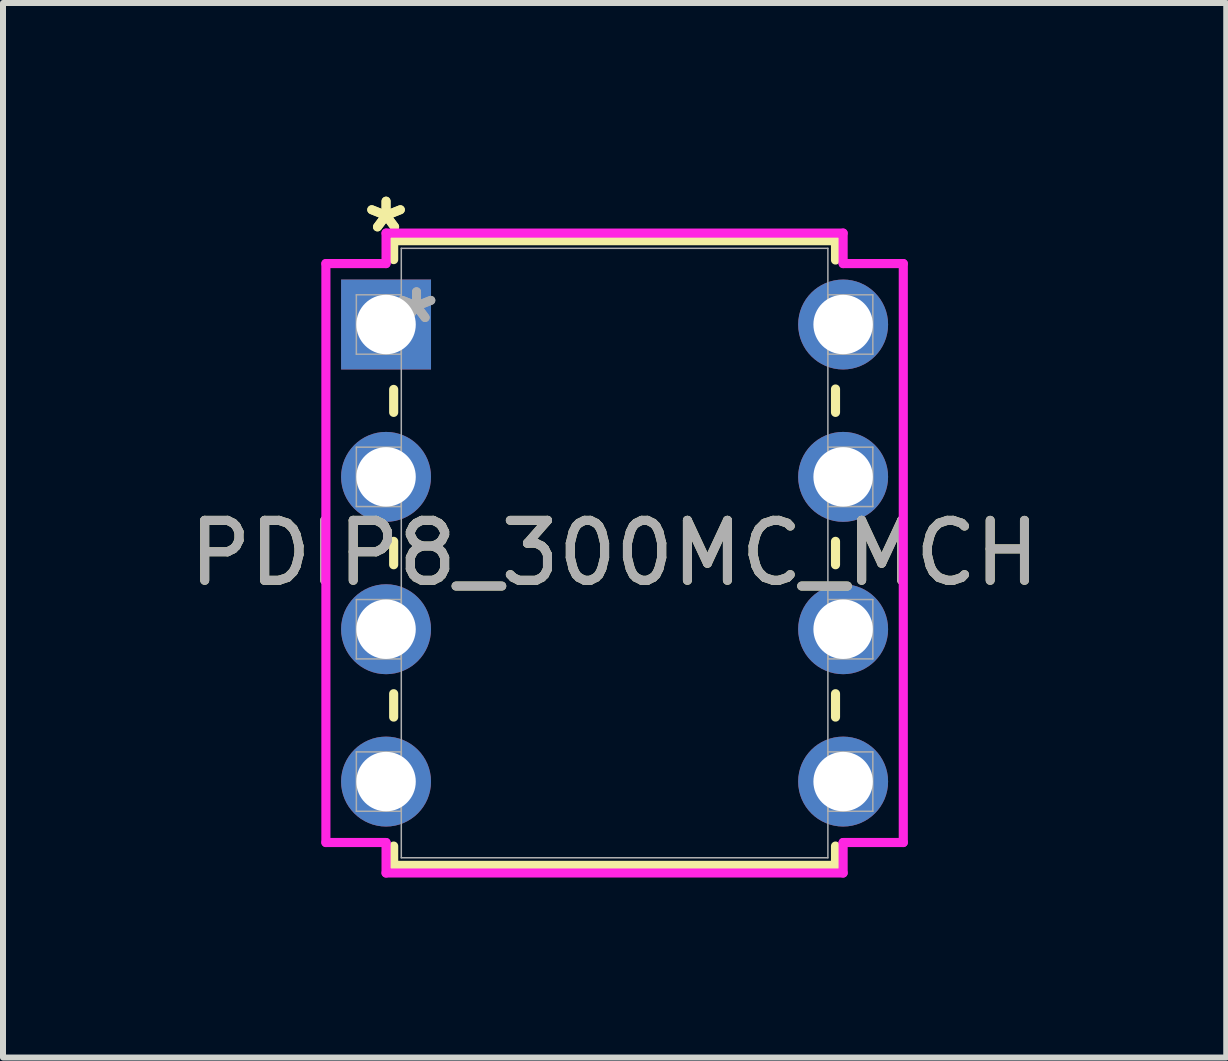
<source format=kicad_pcb>
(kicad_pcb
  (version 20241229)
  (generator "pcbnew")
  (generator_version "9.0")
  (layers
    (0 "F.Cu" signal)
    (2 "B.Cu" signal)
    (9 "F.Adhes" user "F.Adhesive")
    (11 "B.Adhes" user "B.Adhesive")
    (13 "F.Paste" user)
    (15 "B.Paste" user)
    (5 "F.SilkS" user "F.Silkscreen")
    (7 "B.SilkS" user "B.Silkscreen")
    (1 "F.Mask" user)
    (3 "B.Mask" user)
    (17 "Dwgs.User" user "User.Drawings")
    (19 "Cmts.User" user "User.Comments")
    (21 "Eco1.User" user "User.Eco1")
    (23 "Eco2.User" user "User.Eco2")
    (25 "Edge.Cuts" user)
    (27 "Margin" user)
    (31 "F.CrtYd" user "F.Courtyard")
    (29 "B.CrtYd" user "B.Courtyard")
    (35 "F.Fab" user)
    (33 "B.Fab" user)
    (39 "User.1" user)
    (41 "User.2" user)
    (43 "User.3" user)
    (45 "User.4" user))
  (footprint "PDIP8_300MC_MCH"
    (layer "F.Cu")
    (at 3.386 2.36)
    (property "Reference" "PDIP8_300MC_MCH" (at 3.81 3.81 0) (unlocked yes) (layer "F.SilkS") (effects (font (size 1 1) (thickness 0.15))))
    (attr through_hole)
    (fp_line (start 0.127 -1.397) (end 0.127 -1.082) (stroke (width 0.152) (type solid)) (layer "F.SilkS"))
    (fp_line (start 0.127 1.082) (end 0.127 1.465) (stroke (width 0.152) (type solid)) (layer "F.SilkS"))
    (fp_line (start 0.127 3.615) (end 0.127 4.005) (stroke (width 0.152) (type solid)) (layer "F.SilkS"))
    (fp_line (start 0.127 6.155) (end 0.127 6.545) (stroke (width 0.152) (type solid)) (layer "F.SilkS"))
    (fp_line (start 0.127 8.695) (end 0.127 9.017) (stroke (width 0.152) (type solid)) (layer "F.SilkS"))
    (fp_line (start 0.127 9.017) (end 7.493 9.017) (stroke (width 0.152) (type solid)) (layer "F.SilkS"))
    (fp_line (start 7.493 -1.397) (end 0.127 -1.397) (stroke (width 0.152) (type solid)) (layer "F.SilkS"))
    (fp_line (start 7.493 -1.075) (end 7.493 -1.397) (stroke (width 0.152) (type solid)) (layer "F.SilkS"))
    (fp_line (start 7.493 1.465) (end 7.493 1.075) (stroke (width 0.152) (type solid)) (layer "F.SilkS"))
    (fp_line (start 7.493 4.005) (end 7.493 3.615) (stroke (width 0.152) (type solid)) (layer "F.SilkS"))
    (fp_line (start 7.493 6.545) (end 7.493 6.155) (stroke (width 0.152) (type solid)) (layer "F.SilkS"))
    (fp_line (start 7.493 9.017) (end 7.493 8.695) (stroke (width 0.152) (type solid)) (layer "F.SilkS"))
    (fp_line (start -1.003 -1.016) (end 0 -1.016) (stroke (width 0.152) (type solid)) (layer "F.CrtYd"))
    (fp_line (start -1.003 8.636) (end -1.003 -1.016) (stroke (width 0.152) (type solid)) (layer "F.CrtYd"))
    (fp_line (start 0 -1.524) (end 7.62 -1.524) (stroke (width 0.152) (type solid)) (layer "F.CrtYd"))
    (fp_line (start 0 -1.016) (end 0 -1.524) (stroke (width 0.152) (type solid)) (layer "F.CrtYd"))
    (fp_line (start 0 8.636) (end -1.003 8.636) (stroke (width 0.152) (type solid)) (layer "F.CrtYd"))
    (fp_line (start 0 9.144) (end 0 8.636) (stroke (width 0.152) (type solid)) (layer "F.CrtYd"))
    (fp_line (start 7.62 -1.524) (end 7.62 -1.016) (stroke (width 0.152) (type solid)) (layer "F.CrtYd"))
    (fp_line (start 7.62 8.636) (end 7.62 9.144) (stroke (width 0.152) (type solid)) (layer "F.CrtYd"))
    (fp_line (start 7.62 9.144) (end 0 9.144) (stroke (width 0.152) (type solid)) (layer "F.CrtYd"))
    (fp_line (start 8.623 -1.016) (end 7.62 -1.016) (stroke (width 0.152) (type solid)) (layer "F.CrtYd"))
    (fp_line (start 8.623 -1.016) (end 8.623 8.636) (stroke (width 0.152) (type solid)) (layer "F.CrtYd"))
    (fp_line (start 8.623 8.636) (end 7.62 8.636) (stroke (width 0.152) (type solid)) (layer "F.CrtYd"))
    (fp_line (start -0.495 -0.495) (end -0.495 0.495) (stroke (width 0.025) (type solid)) (layer "F.Fab"))
    (fp_line (start -0.495 0.495) (end 0.254 0.495) (stroke (width 0.025) (type solid)) (layer "F.Fab"))
    (fp_line (start -0.495 2.045) (end -0.495 3.035) (stroke (width 0.025) (type solid)) (layer "F.Fab"))
    (fp_line (start -0.495 3.035) (end 0.254 3.035) (stroke (width 0.025) (type solid)) (layer "F.Fab"))
    (fp_line (start -0.495 4.585) (end -0.495 5.575) (stroke (width 0.025) (type solid)) (layer "F.Fab"))
    (fp_line (start -0.495 5.575) (end 0.254 5.575) (stroke (width 0.025) (type solid)) (layer "F.Fab"))
    (fp_line (start -0.495 7.125) (end -0.495 8.115) (stroke (width 0.025) (type solid)) (layer "F.Fab"))
    (fp_line (start -0.495 8.115) (end 0.254 8.115) (stroke (width 0.025) (type solid)) (layer "F.Fab"))
    (fp_line (start 0.254 -1.27) (end 0.254 8.89) (stroke (width 0.025) (type solid)) (layer "F.Fab"))
    (fp_line (start 0.254 -0.495) (end -0.495 -0.495) (stroke (width 0.025) (type solid)) (layer "F.Fab"))
    (fp_line (start 0.254 0.495) (end 0.254 -0.495) (stroke (width 0.025) (type solid)) (layer "F.Fab"))
    (fp_line (start 0.254 2.045) (end -0.495 2.045) (stroke (width 0.025) (type solid)) (layer "F.Fab"))
    (fp_line (start 0.254 3.035) (end 0.254 2.045) (stroke (width 0.025) (type solid)) (layer "F.Fab"))
    (fp_line (start 0.254 4.585) (end -0.495 4.585) (stroke (width 0.025) (type solid)) (layer "F.Fab"))
    (fp_line (start 0.254 5.575) (end 0.254 4.585) (stroke (width 0.025) (type solid)) (layer "F.Fab"))
    (fp_line (start 0.254 7.125) (end -0.495 7.125) (stroke (width 0.025) (type solid)) (layer "F.Fab"))
    (fp_line (start 0.254 8.115) (end 0.254 7.125) (stroke (width 0.025) (type solid)) (layer "F.Fab"))
    (fp_line (start 0.254 8.89) (end 7.366 8.89) (stroke (width 0.025) (type solid)) (layer "F.Fab"))
    (fp_line (start 7.366 -1.27) (end 0.254 -1.27) (stroke (width 0.025) (type solid)) (layer "F.Fab"))
    (fp_line (start 7.366 -0.495) (end 7.366 0.495) (stroke (width 0.025) (type solid)) (layer "F.Fab"))
    (fp_line (start 7.366 0.495) (end 8.115 0.495) (stroke (width 0.025) (type solid)) (layer "F.Fab"))
    (fp_line (start 7.366 2.045) (end 7.366 3.035) (stroke (width 0.025) (type solid)) (layer "F.Fab"))
    (fp_line (start 7.366 3.035) (end 8.115 3.035) (stroke (width 0.025) (type solid)) (layer "F.Fab"))
    (fp_line (start 7.366 4.585) (end 7.366 5.575) (stroke (width 0.025) (type solid)) (layer "F.Fab"))
    (fp_line (start 7.366 5.575) (end 8.115 5.575) (stroke (width 0.025) (type solid)) (layer "F.Fab"))
    (fp_line (start 7.366 7.125) (end 7.366 8.115) (stroke (width 0.025) (type solid)) (layer "F.Fab"))
    (fp_line (start 7.366 8.115) (end 8.115 8.115) (stroke (width 0.025) (type solid)) (layer "F.Fab"))
    (fp_line (start 7.366 8.89) (end 7.366 -1.27) (stroke (width 0.025) (type solid)) (layer "F.Fab"))
    (fp_line (start 8.115 -0.495) (end 7.366 -0.495) (stroke (width 0.025) (type solid)) (layer "F.Fab"))
    (fp_line (start 8.115 0.495) (end 8.115 -0.495) (stroke (width 0.025) (type solid)) (layer "F.Fab"))
    (fp_line (start 8.115 2.045) (end 7.366 2.045) (stroke (width 0.025) (type solid)) (layer "F.Fab"))
    (fp_line (start 8.115 3.035) (end 8.115 2.045) (stroke (width 0.025) (type solid)) (layer "F.Fab"))
    (fp_line (start 8.115 4.585) (end 7.366 4.585) (stroke (width 0.025) (type solid)) (layer "F.Fab"))
    (fp_line (start 8.115 5.575) (end 8.115 4.585) (stroke (width 0.025) (type solid)) (layer "F.Fab"))
    (fp_line (start 8.115 7.125) (end 7.366 7.125) (stroke (width 0.025) (type solid)) (layer "F.Fab"))
    (fp_line (start 8.115 8.115) (end 8.115 7.125) (stroke (width 0.025) (type solid)) (layer "F.Fab"))
    (fp_text user "*" (at 0 -1.511 0) (unlocked yes) (layer "F.SilkS") (effects (font (size 1 1) (thickness 0.15))))
    (fp_text user "*" (at 0 -1.511 0) (layer "F.SilkS") (effects (font (size 1 1) (thickness 0.15))))
    (fp_text user "*" (at 0.508 0 0) (layer "F.Fab") (effects (font (size 1 1) (thickness 0.15))))
    (fp_text user "${REFERENCE}" (at 3.81 3.81 0) (unlocked yes) (layer "F.Fab") (effects (font (size 1 1) (thickness 0.15))))
    (fp_text user "*" (at 0.508 0 0) (unlocked yes) (layer "F.Fab") (effects (font (size 1 1) (thickness 0.15))))
    (pad "1" thru_hole rect (at 0 0) (size 1.499 1.499) (drill 0.991) (layers "*.Cu" "*.Mask"))
    (pad "2" thru_hole circle (at 0 2.54) (size 1.499 1.499) (drill 0.991) (layers "*.Cu" "*.Mask"))
    (pad "3" thru_hole circle (at 0 5.08) (size 1.499 1.499) (drill 0.991) (layers "*.Cu" "*.Mask"))
    (pad "4" thru_hole circle (at 0 7.62) (size 1.499 1.499) (drill 0.991) (layers "*.Cu" "*.Mask"))
    (pad "5" thru_hole circle (at 7.62 7.62) (size 1.499 1.499) (drill 0.991) (layers "*.Cu" "*.Mask"))
    (pad "6" thru_hole circle (at 7.62 5.08) (size 1.499 1.499) (drill 0.991) (layers "*.Cu" "*.Mask"))
    (pad "7" thru_hole circle (at 7.62 2.54) (size 1.499 1.499) (drill 0.991) (layers "*.Cu" "*.Mask"))
    (pad "8" thru_hole circle (at 7.62 0) (size 1.499 1.499) (drill 0.991) (layers "*.Cu" "*.Mask")))
  (gr_rect
    (start -3 -3)
    (end 17.393 14.58)
    (stroke (width 0.1) (type default))
    (fill no)
    (layer "Edge.Cuts")))
</source>
